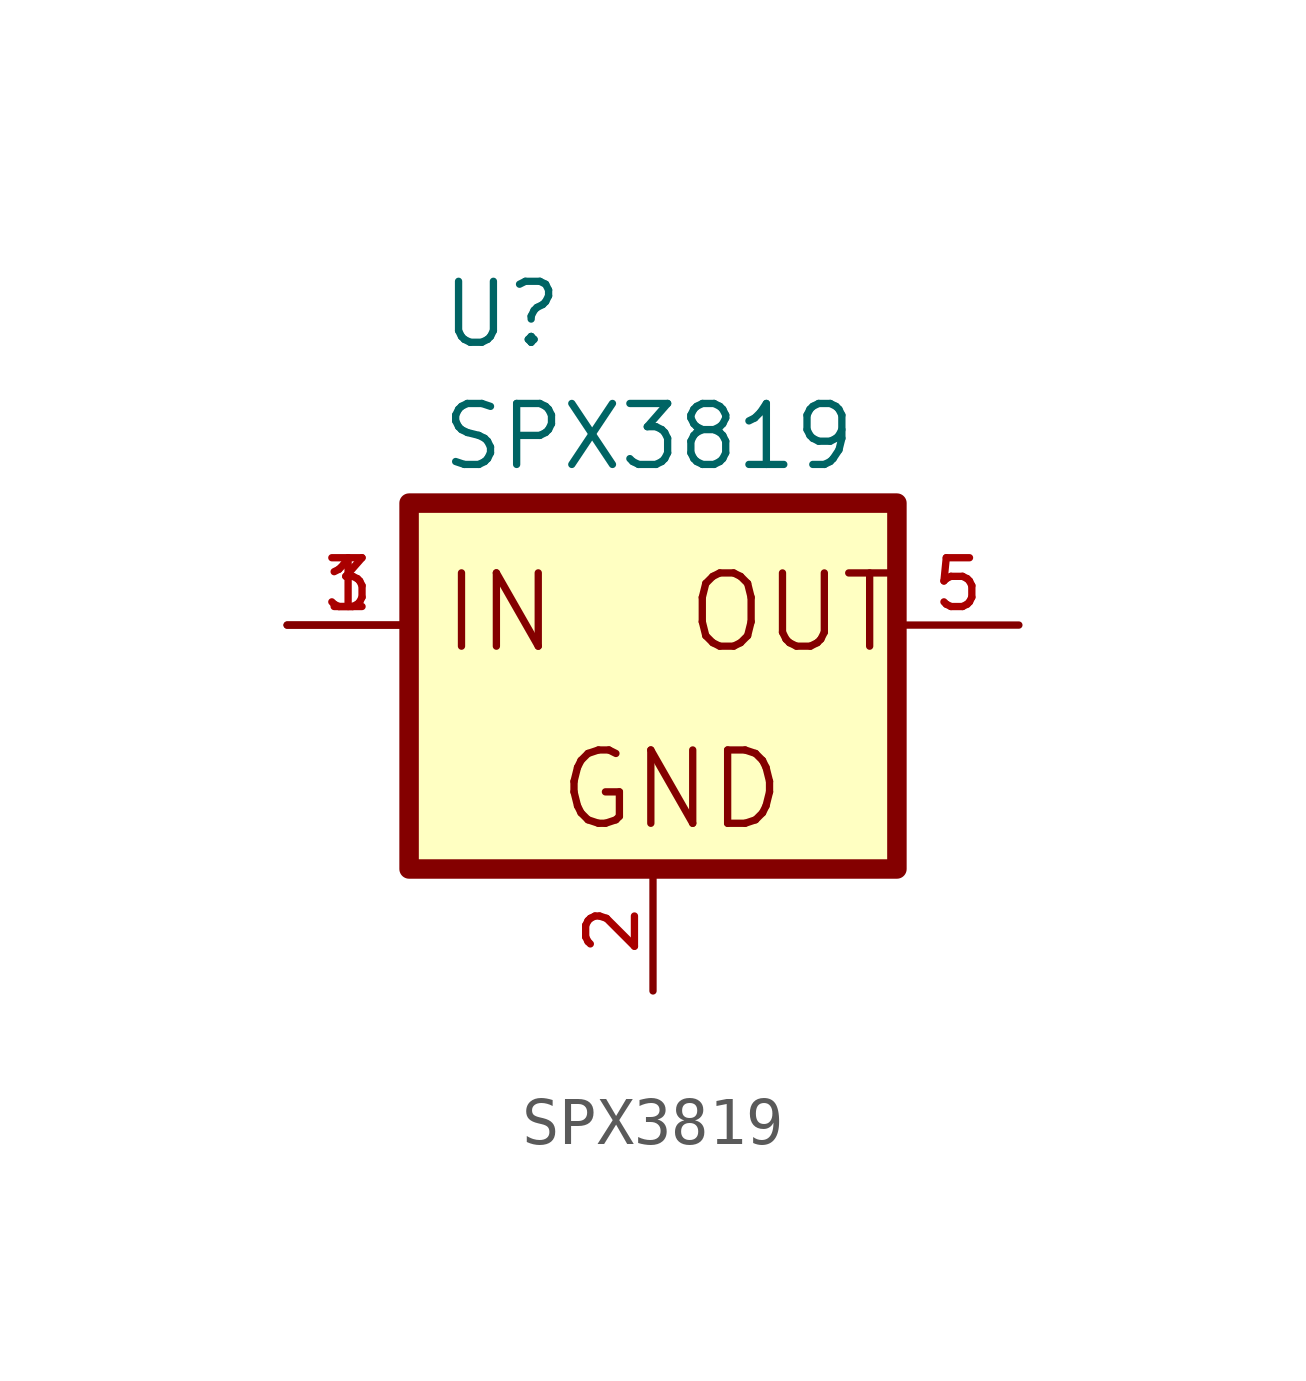
<source format=kicad_sym>
(kicad_symbol_lib
  (version 20211014)
  (generator kicad_symbol_editor)
  (symbol "SPX3819"
    (pin_names
      (offset 1.016))
    (property "Reference" "U"
      (at -4.452 6.996 0)
      (effects (font (size 1.27 1.27)) (justify bottom left)))
    (property "Value" "SPX3819"
      (at -4.452 4.452 0)
      (effects (font (size 1.27 1.27)) (justify bottom left)))
    (symbol "SPX3819_0_0"
      (text "GND" (at -2.036 -3.053 0) (effects (font (size 1.527 1.527)) (justify bottom left)))
      (text "IN" (at -4.452 0.636 0) (effects (font (size 1.526 1.526)) (justify bottom left)))
      (text "OUT" (at 0.636 0.636 0) (effects (font (size 1.525 1.525)) (justify bottom left)))
      (rectangle (start -5.08 -3.81) (end 5.08 3.81) (stroke (width 0.406)) (fill (type background)))
      (pin input line (at -7.62 1.27 0) (length 2.54) (name "~" (effects (font (size 1.016 1.016)))) (number "1" (effects (font (size 1.016 1.016)))))
      (pin input line (at -7.62 1.27 0) (length 2.54) (name "~" (effects (font (size 1.016 1.016)))) (number "3" (effects (font (size 1.016 1.016)))))
      (pin input line (at 0.0 -6.35 90.0) (length 2.54) (name "~" (effects (font (size 1.016 1.016)))) (number "2" (effects (font (size 1.016 1.016)))))
      (pin output line (at 7.62 1.27 180.0) (length 2.54) (name "~" (effects (font (size 1.016 1.016)))) (number "5" (effects (font (size 1.016 1.016))))))))
</source>
